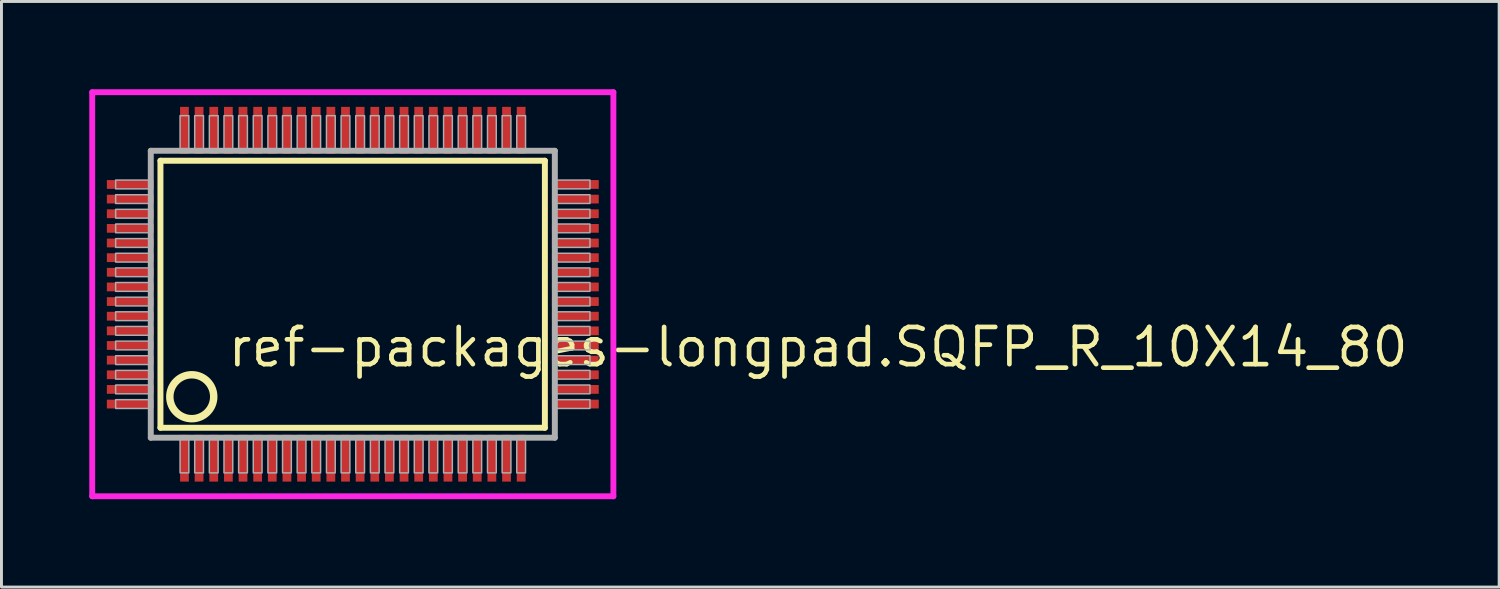
<source format=kicad_pcb>
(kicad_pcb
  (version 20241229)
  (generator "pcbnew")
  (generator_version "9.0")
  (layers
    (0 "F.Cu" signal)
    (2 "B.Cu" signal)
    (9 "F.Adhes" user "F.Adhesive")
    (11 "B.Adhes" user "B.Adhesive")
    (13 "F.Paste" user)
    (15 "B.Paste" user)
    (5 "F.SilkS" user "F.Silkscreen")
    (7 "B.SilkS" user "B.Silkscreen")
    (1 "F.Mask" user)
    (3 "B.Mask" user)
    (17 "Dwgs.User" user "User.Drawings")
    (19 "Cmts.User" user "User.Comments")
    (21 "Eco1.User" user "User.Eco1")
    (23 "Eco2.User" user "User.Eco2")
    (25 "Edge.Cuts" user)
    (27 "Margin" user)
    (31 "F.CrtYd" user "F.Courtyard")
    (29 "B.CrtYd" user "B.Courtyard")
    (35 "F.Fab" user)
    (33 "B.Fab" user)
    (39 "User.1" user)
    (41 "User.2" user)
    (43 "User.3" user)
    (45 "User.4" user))
  (footprint "ref-packages-longpad.SQFP_R_10X14_80"
    (layer "F.Cu")
    (at 9 7)
    (property "Reference" "ref-packages-longpad.SQFP_R_10X14_80" (at -4.35 2.55 0) (layer "F.SilkS") (effects (font (size 1.27 1.27) (thickness 0.16)) (justify left bottom)))
    (attr smd)
    (fp_line (start -6.57 -4.56) (end 6.56 -4.56) (stroke (width 0.203) (type default)) (layer "F.SilkS"))
    (fp_line (start -6.57 4.56) (end -6.57 -4.56) (stroke (width 0.203) (type default)) (layer "F.SilkS"))
    (fp_line (start 6.56 -4.56) (end 6.56 4.56) (stroke (width 0.203) (type default)) (layer "F.SilkS"))
    (fp_line (start 6.56 4.56) (end -6.57 4.56) (stroke (width 0.203) (type default)) (layer "F.SilkS"))
    (fp_circle (center -5.5 3.5) (end -4.75 3.5) (stroke (width 0.254) (type default)) (fill no) (layer "F.SilkS"))
    (fp_line (start -8.9 -6.9) (end 8.9 -6.9) (stroke (width 0.2) (type default)) (layer "F.CrtYd"))
    (fp_line (start -8.9 6.9) (end -8.9 -6.9) (stroke (width 0.2) (type default)) (layer "F.CrtYd"))
    (fp_line (start 8.9 -6.9) (end 8.9 6.9) (stroke (width 0.2) (type default)) (layer "F.CrtYd"))
    (fp_line (start 8.9 6.9) (end -8.9 6.9) (stroke (width 0.2) (type default)) (layer "F.CrtYd"))
    (fp_line (start -6.9 -4.9) (end -6.9 4.9) (stroke (width 0.203) (type default)) (layer "F.Fab"))
    (fp_line (start -6.9 4.9) (end 6.9 4.9) (stroke (width 0.203) (type default)) (layer "F.Fab"))
    (fp_line (start 6.9 -4.9) (end -6.9 -4.9) (stroke (width 0.203) (type default)) (layer "F.Fab"))
    (fp_line (start 6.9 4.9) (end 6.9 -4.9) (stroke (width 0.203) (type default)) (layer "F.Fab"))
    (fp_rect (start -8.1 -3.6) (end -6.95 -3.9) (stroke (width 0.05) (type default)) (fill no) (layer "F.Fab"))
    (fp_rect (start -8.1 -3.1) (end -6.95 -3.4) (stroke (width 0.05) (type default)) (fill no) (layer "F.Fab"))
    (fp_rect (start -8.1 -2.6) (end -6.95 -2.9) (stroke (width 0.05) (type default)) (fill no) (layer "F.Fab"))
    (fp_rect (start -8.1 -2.1) (end -6.95 -2.4) (stroke (width 0.05) (type default)) (fill no) (layer "F.Fab"))
    (fp_rect (start -8.1 -1.6) (end -6.95 -1.9) (stroke (width 0.05) (type default)) (fill no) (layer "F.Fab"))
    (fp_rect (start -8.1 -1.1) (end -6.95 -1.4) (stroke (width 0.05) (type default)) (fill no) (layer "F.Fab"))
    (fp_rect (start -8.1 -0.6) (end -6.95 -0.9) (stroke (width 0.05) (type default)) (fill no) (layer "F.Fab"))
    (fp_rect (start -8.1 -0.1) (end -6.95 -0.4) (stroke (width 0.05) (type default)) (fill no) (layer "F.Fab"))
    (fp_rect (start -8.1 0.4) (end -6.95 0.1) (stroke (width 0.05) (type default)) (fill no) (layer "F.Fab"))
    (fp_rect (start -8.1 0.9) (end -6.95 0.6) (stroke (width 0.05) (type default)) (fill no) (layer "F.Fab"))
    (fp_rect (start -8.1 1.4) (end -6.95 1.1) (stroke (width 0.05) (type default)) (fill no) (layer "F.Fab"))
    (fp_rect (start -8.1 1.9) (end -6.95 1.6) (stroke (width 0.05) (type default)) (fill no) (layer "F.Fab"))
    (fp_rect (start -8.1 2.4) (end -6.95 2.1) (stroke (width 0.05) (type default)) (fill no) (layer "F.Fab"))
    (fp_rect (start -8.1 2.9) (end -6.95 2.6) (stroke (width 0.05) (type default)) (fill no) (layer "F.Fab"))
    (fp_rect (start -8.1 3.4) (end -6.95 3.1) (stroke (width 0.05) (type default)) (fill no) (layer "F.Fab"))
    (fp_rect (start -8.1 3.9) (end -6.95 3.6) (stroke (width 0.05) (type default)) (fill no) (layer "F.Fab"))
    (fp_rect (start -5.9 -4.95) (end -5.6 -6.1) (stroke (width 0.05) (type default)) (fill no) (layer "F.Fab"))
    (fp_rect (start -5.9 6.1) (end -5.6 4.95) (stroke (width 0.05) (type default)) (fill no) (layer "F.Fab"))
    (fp_rect (start -5.4 -4.95) (end -5.1 -6.1) (stroke (width 0.05) (type default)) (fill no) (layer "F.Fab"))
    (fp_rect (start -5.4 6.1) (end -5.1 4.95) (stroke (width 0.05) (type default)) (fill no) (layer "F.Fab"))
    (fp_rect (start -4.9 -4.95) (end -4.6 -6.1) (stroke (width 0.05) (type default)) (fill no) (layer "F.Fab"))
    (fp_rect (start -4.9 6.1) (end -4.6 4.95) (stroke (width 0.05) (type default)) (fill no) (layer "F.Fab"))
    (fp_rect (start -4.4 -4.95) (end -4.1 -6.1) (stroke (width 0.05) (type default)) (fill no) (layer "F.Fab"))
    (fp_rect (start -4.4 6.1) (end -4.1 4.95) (stroke (width 0.05) (type default)) (fill no) (layer "F.Fab"))
    (fp_rect (start -3.9 -4.95) (end -3.6 -6.1) (stroke (width 0.05) (type default)) (fill no) (layer "F.Fab"))
    (fp_rect (start -3.9 6.1) (end -3.6 4.95) (stroke (width 0.05) (type default)) (fill no) (layer "F.Fab"))
    (fp_rect (start -3.4 -4.95) (end -3.1 -6.1) (stroke (width 0.05) (type default)) (fill no) (layer "F.Fab"))
    (fp_rect (start -3.4 6.1) (end -3.1 4.95) (stroke (width 0.05) (type default)) (fill no) (layer "F.Fab"))
    (fp_rect (start -2.9 -4.95) (end -2.6 -6.1) (stroke (width 0.05) (type default)) (fill no) (layer "F.Fab"))
    (fp_rect (start -2.9 6.1) (end -2.6 4.95) (stroke (width 0.05) (type default)) (fill no) (layer "F.Fab"))
    (fp_rect (start -2.4 -4.95) (end -2.1 -6.1) (stroke (width 0.05) (type default)) (fill no) (layer "F.Fab"))
    (fp_rect (start -2.4 6.1) (end -2.1 4.95) (stroke (width 0.05) (type default)) (fill no) (layer "F.Fab"))
    (fp_rect (start -1.9 -4.95) (end -1.6 -6.1) (stroke (width 0.05) (type default)) (fill no) (layer "F.Fab"))
    (fp_rect (start -1.9 6.1) (end -1.6 4.95) (stroke (width 0.05) (type default)) (fill no) (layer "F.Fab"))
    (fp_rect (start -1.4 -4.95) (end -1.1 -6.1) (stroke (width 0.05) (type default)) (fill no) (layer "F.Fab"))
    (fp_rect (start -1.4 6.1) (end -1.1 4.95) (stroke (width 0.05) (type default)) (fill no) (layer "F.Fab"))
    (fp_rect (start -0.9 -4.95) (end -0.6 -6.1) (stroke (width 0.05) (type default)) (fill no) (layer "F.Fab"))
    (fp_rect (start -0.9 6.1) (end -0.6 4.95) (stroke (width 0.05) (type default)) (fill no) (layer "F.Fab"))
    (fp_rect (start -0.4 -4.95) (end -0.1 -6.1) (stroke (width 0.05) (type default)) (fill no) (layer "F.Fab"))
    (fp_rect (start -0.4 6.1) (end -0.1 4.95) (stroke (width 0.05) (type default)) (fill no) (layer "F.Fab"))
    (fp_rect (start 0.1 -4.95) (end 0.4 -6.1) (stroke (width 0.05) (type default)) (fill no) (layer "F.Fab"))
    (fp_rect (start 0.1 6.1) (end 0.4 4.95) (stroke (width 0.05) (type default)) (fill no) (layer "F.Fab"))
    (fp_rect (start 0.6 -4.95) (end 0.9 -6.1) (stroke (width 0.05) (type default)) (fill no) (layer "F.Fab"))
    (fp_rect (start 0.6 6.1) (end 0.9 4.95) (stroke (width 0.05) (type default)) (fill no) (layer "F.Fab"))
    (fp_rect (start 1.1 -4.95) (end 1.4 -6.1) (stroke (width 0.05) (type default)) (fill no) (layer "F.Fab"))
    (fp_rect (start 1.1 6.1) (end 1.4 4.95) (stroke (width 0.05) (type default)) (fill no) (layer "F.Fab"))
    (fp_rect (start 1.6 -4.95) (end 1.9 -6.1) (stroke (width 0.05) (type default)) (fill no) (layer "F.Fab"))
    (fp_rect (start 1.6 6.1) (end 1.9 4.95) (stroke (width 0.05) (type default)) (fill no) (layer "F.Fab"))
    (fp_rect (start 2.1 -4.95) (end 2.4 -6.1) (stroke (width 0.05) (type default)) (fill no) (layer "F.Fab"))
    (fp_rect (start 2.1 6.1) (end 2.4 4.95) (stroke (width 0.05) (type default)) (fill no) (layer "F.Fab"))
    (fp_rect (start 2.6 -4.95) (end 2.9 -6.1) (stroke (width 0.05) (type default)) (fill no) (layer "F.Fab"))
    (fp_rect (start 2.6 6.1) (end 2.9 4.95) (stroke (width 0.05) (type default)) (fill no) (layer "F.Fab"))
    (fp_rect (start 3.1 -4.95) (end 3.4 -6.1) (stroke (width 0.05) (type default)) (fill no) (layer "F.Fab"))
    (fp_rect (start 3.1 6.1) (end 3.4 4.95) (stroke (width 0.05) (type default)) (fill no) (layer "F.Fab"))
    (fp_rect (start 3.6 -4.95) (end 3.9 -6.1) (stroke (width 0.05) (type default)) (fill no) (layer "F.Fab"))
    (fp_rect (start 3.6 6.1) (end 3.9 4.95) (stroke (width 0.05) (type default)) (fill no) (layer "F.Fab"))
    (fp_rect (start 4.1 -4.95) (end 4.4 -6.1) (stroke (width 0.05) (type default)) (fill no) (layer "F.Fab"))
    (fp_rect (start 4.1 6.1) (end 4.4 4.95) (stroke (width 0.05) (type default)) (fill no) (layer "F.Fab"))
    (fp_rect (start 4.6 -4.95) (end 4.9 -6.1) (stroke (width 0.05) (type default)) (fill no) (layer "F.Fab"))
    (fp_rect (start 4.6 6.1) (end 4.9 4.95) (stroke (width 0.05) (type default)) (fill no) (layer "F.Fab"))
    (fp_rect (start 5.1 -4.95) (end 5.4 -6.1) (stroke (width 0.05) (type default)) (fill no) (layer "F.Fab"))
    (fp_rect (start 5.1 6.1) (end 5.4 4.95) (stroke (width 0.05) (type default)) (fill no) (layer "F.Fab"))
    (fp_rect (start 5.6 -4.95) (end 5.9 -6.1) (stroke (width 0.05) (type default)) (fill no) (layer "F.Fab"))
    (fp_rect (start 5.6 6.1) (end 5.9 4.95) (stroke (width 0.05) (type default)) (fill no) (layer "F.Fab"))
    (fp_rect (start 6.95 -3.6) (end 8.1 -3.9) (stroke (width 0.05) (type default)) (fill no) (layer "F.Fab"))
    (fp_rect (start 6.95 -3.1) (end 8.1 -3.4) (stroke (width 0.05) (type default)) (fill no) (layer "F.Fab"))
    (fp_rect (start 6.95 -2.6) (end 8.1 -2.9) (stroke (width 0.05) (type default)) (fill no) (layer "F.Fab"))
    (fp_rect (start 6.95 -2.1) (end 8.1 -2.4) (stroke (width 0.05) (type default)) (fill no) (layer "F.Fab"))
    (fp_rect (start 6.95 -1.6) (end 8.1 -1.9) (stroke (width 0.05) (type default)) (fill no) (layer "F.Fab"))
    (fp_rect (start 6.95 -1.1) (end 8.1 -1.4) (stroke (width 0.05) (type default)) (fill no) (layer "F.Fab"))
    (fp_rect (start 6.95 -0.6) (end 8.1 -0.9) (stroke (width 0.05) (type default)) (fill no) (layer "F.Fab"))
    (fp_rect (start 6.95 -0.1) (end 8.1 -0.4) (stroke (width 0.05) (type default)) (fill no) (layer "F.Fab"))
    (fp_rect (start 6.95 0.4) (end 8.1 0.1) (stroke (width 0.05) (type default)) (fill no) (layer "F.Fab"))
    (fp_rect (start 6.95 0.9) (end 8.1 0.6) (stroke (width 0.05) (type default)) (fill no) (layer "F.Fab"))
    (fp_rect (start 6.95 1.4) (end 8.1 1.1) (stroke (width 0.05) (type default)) (fill no) (layer "F.Fab"))
    (fp_rect (start 6.95 1.9) (end 8.1 1.6) (stroke (width 0.05) (type default)) (fill no) (layer "F.Fab"))
    (fp_rect (start 6.95 2.4) (end 8.1 2.1) (stroke (width 0.05) (type default)) (fill no) (layer "F.Fab"))
    (fp_rect (start 6.95 2.9) (end 8.1 2.6) (stroke (width 0.05) (type default)) (fill no) (layer "F.Fab"))
    (fp_rect (start 6.95 3.4) (end 8.1 3.1) (stroke (width 0.05) (type default)) (fill no) (layer "F.Fab"))
    (fp_rect (start 6.95 3.9) (end 8.1 3.6) (stroke (width 0.05) (type default)) (fill no) (layer "F.Fab"))
    (pad "1" smd roundrect (at -5.75 5.6) (size 0.3 1.6) (layers "F.Cu" "F.Mask" "F.Paste") (roundrect_rratio 0.01))
    (pad "2" smd roundrect (at -5.25 5.6) (size 0.3 1.6) (layers "F.Cu" "F.Mask" "F.Paste") (roundrect_rratio 0.01))
    (pad "3" smd roundrect (at -4.75 5.6) (size 0.3 1.6) (layers "F.Cu" "F.Mask" "F.Paste") (roundrect_rratio 0.01))
    (pad "4" smd roundrect (at -4.25 5.6) (size 0.3 1.6) (layers "F.Cu" "F.Mask" "F.Paste") (roundrect_rratio 0.01))
    (pad "5" smd roundrect (at -3.75 5.6) (size 0.3 1.6) (layers "F.Cu" "F.Mask" "F.Paste") (roundrect_rratio 0.01))
    (pad "6" smd roundrect (at -3.25 5.6) (size 0.3 1.6) (layers "F.Cu" "F.Mask" "F.Paste") (roundrect_rratio 0.01))
    (pad "7" smd roundrect (at -2.75 5.6) (size 0.3 1.6) (layers "F.Cu" "F.Mask" "F.Paste") (roundrect_rratio 0.01))
    (pad "8" smd roundrect (at -2.25 5.6) (size 0.3 1.6) (layers "F.Cu" "F.Mask" "F.Paste") (roundrect_rratio 0.01))
    (pad "9" smd roundrect (at -1.75 5.6) (size 0.3 1.6) (layers "F.Cu" "F.Mask" "F.Paste") (roundrect_rratio 0.01))
    (pad "10" smd roundrect (at -1.25 5.6) (size 0.3 1.6) (layers "F.Cu" "F.Mask" "F.Paste") (roundrect_rratio 0.01))
    (pad "11" smd roundrect (at -0.75 5.6) (size 0.3 1.6) (layers "F.Cu" "F.Mask" "F.Paste") (roundrect_rratio 0.01))
    (pad "12" smd roundrect (at -0.25 5.6) (size 0.3 1.6) (layers "F.Cu" "F.Mask" "F.Paste") (roundrect_rratio 0.01))
    (pad "13" smd roundrect (at 0.25 5.6) (size 0.3 1.6) (layers "F.Cu" "F.Mask" "F.Paste") (roundrect_rratio 0.01))
    (pad "14" smd roundrect (at 0.75 5.6) (size 0.3 1.6) (layers "F.Cu" "F.Mask" "F.Paste") (roundrect_rratio 0.01))
    (pad "15" smd roundrect (at 1.25 5.6) (size 0.3 1.6) (layers "F.Cu" "F.Mask" "F.Paste") (roundrect_rratio 0.01))
    (pad "16" smd roundrect (at 1.75 5.6) (size 0.3 1.6) (layers "F.Cu" "F.Mask" "F.Paste") (roundrect_rratio 0.01))
    (pad "17" smd roundrect (at 2.25 5.6) (size 0.3 1.6) (layers "F.Cu" "F.Mask" "F.Paste") (roundrect_rratio 0.01))
    (pad "18" smd roundrect (at 2.75 5.6) (size 0.3 1.6) (layers "F.Cu" "F.Mask" "F.Paste") (roundrect_rratio 0.01))
    (pad "19" smd roundrect (at 3.25 5.6) (size 0.3 1.6) (layers "F.Cu" "F.Mask" "F.Paste") (roundrect_rratio 0.01))
    (pad "20" smd roundrect (at 3.75 5.6) (size 0.3 1.6) (layers "F.Cu" "F.Mask" "F.Paste") (roundrect_rratio 0.01))
    (pad "21" smd roundrect (at 4.25 5.6) (size 0.3 1.6) (layers "F.Cu" "F.Mask" "F.Paste") (roundrect_rratio 0.01))
    (pad "22" smd roundrect (at 4.75 5.6) (size 0.3 1.6) (layers "F.Cu" "F.Mask" "F.Paste") (roundrect_rratio 0.01))
    (pad "23" smd roundrect (at 5.25 5.6) (size 0.3 1.6) (layers "F.Cu" "F.Mask" "F.Paste") (roundrect_rratio 0.01))
    (pad "24" smd roundrect (at 5.75 5.6) (size 0.3 1.6) (layers "F.Cu" "F.Mask" "F.Paste") (roundrect_rratio 0.01))
    (pad "25" smd roundrect (at 7.6 3.75) (size 1.6 0.3) (layers "F.Cu" "F.Mask" "F.Paste") (roundrect_rratio 0.01))
    (pad "26" smd roundrect (at 7.6 3.25) (size 1.6 0.3) (layers "F.Cu" "F.Mask" "F.Paste") (roundrect_rratio 0.01))
    (pad "27" smd roundrect (at 7.6 2.75) (size 1.6 0.3) (layers "F.Cu" "F.Mask" "F.Paste") (roundrect_rratio 0.01))
    (pad "28" smd roundrect (at 7.6 2.25) (size 1.6 0.3) (layers "F.Cu" "F.Mask" "F.Paste") (roundrect_rratio 0.01))
    (pad "29" smd roundrect (at 7.6 1.75) (size 1.6 0.3) (layers "F.Cu" "F.Mask" "F.Paste") (roundrect_rratio 0.01))
    (pad "30" smd roundrect (at 7.6 1.25) (size 1.6 0.3) (layers "F.Cu" "F.Mask" "F.Paste") (roundrect_rratio 0.01))
    (pad "31" smd roundrect (at 7.6 0.75) (size 1.6 0.3) (layers "F.Cu" "F.Mask" "F.Paste") (roundrect_rratio 0.01))
    (pad "32" smd roundrect (at 7.6 0.25) (size 1.6 0.3) (layers "F.Cu" "F.Mask" "F.Paste") (roundrect_rratio 0.01))
    (pad "33" smd roundrect (at 7.6 -0.25) (size 1.6 0.3) (layers "F.Cu" "F.Mask" "F.Paste") (roundrect_rratio 0.01))
    (pad "34" smd roundrect (at 7.6 -0.75) (size 1.6 0.3) (layers "F.Cu" "F.Mask" "F.Paste") (roundrect_rratio 0.01))
    (pad "35" smd roundrect (at 7.6 -1.25) (size 1.6 0.3) (layers "F.Cu" "F.Mask" "F.Paste") (roundrect_rratio 0.01))
    (pad "36" smd roundrect (at 7.6 -1.75) (size 1.6 0.3) (layers "F.Cu" "F.Mask" "F.Paste") (roundrect_rratio 0.01))
    (pad "37" smd roundrect (at 7.6 -2.25) (size 1.6 0.3) (layers "F.Cu" "F.Mask" "F.Paste") (roundrect_rratio 0.01))
    (pad "38" smd roundrect (at 7.6 -2.75) (size 1.6 0.3) (layers "F.Cu" "F.Mask" "F.Paste") (roundrect_rratio 0.01))
    (pad "39" smd roundrect (at 7.6 -3.25) (size 1.6 0.3) (layers "F.Cu" "F.Mask" "F.Paste") (roundrect_rratio 0.01))
    (pad "40" smd roundrect (at 7.6 -3.75) (size 1.6 0.3) (layers "F.Cu" "F.Mask" "F.Paste") (roundrect_rratio 0.01))
    (pad "41" smd roundrect (at 5.75 -5.6) (size 0.3 1.6) (layers "F.Cu" "F.Mask" "F.Paste") (roundrect_rratio 0.01))
    (pad "42" smd roundrect (at 5.25 -5.6) (size 0.3 1.6) (layers "F.Cu" "F.Mask" "F.Paste") (roundrect_rratio 0.01))
    (pad "43" smd roundrect (at 4.75 -5.6) (size 0.3 1.6) (layers "F.Cu" "F.Mask" "F.Paste") (roundrect_rratio 0.01))
    (pad "44" smd roundrect (at 4.25 -5.6) (size 0.3 1.6) (layers "F.Cu" "F.Mask" "F.Paste") (roundrect_rratio 0.01))
    (pad "45" smd roundrect (at 3.75 -5.6) (size 0.3 1.6) (layers "F.Cu" "F.Mask" "F.Paste") (roundrect_rratio 0.01))
    (pad "46" smd roundrect (at 3.25 -5.6) (size 0.3 1.6) (layers "F.Cu" "F.Mask" "F.Paste") (roundrect_rratio 0.01))
    (pad "47" smd roundrect (at 2.75 -5.6) (size 0.3 1.6) (layers "F.Cu" "F.Mask" "F.Paste") (roundrect_rratio 0.01))
    (pad "48" smd roundrect (at 2.25 -5.6) (size 0.3 1.6) (layers "F.Cu" "F.Mask" "F.Paste") (roundrect_rratio 0.01))
    (pad "49" smd roundrect (at 1.75 -5.6) (size 0.3 1.6) (layers "F.Cu" "F.Mask" "F.Paste") (roundrect_rratio 0.01))
    (pad "50" smd roundrect (at 1.25 -5.6) (size 0.3 1.6) (layers "F.Cu" "F.Mask" "F.Paste") (roundrect_rratio 0.01))
    (pad "51" smd roundrect (at 0.75 -5.6) (size 0.3 1.6) (layers "F.Cu" "F.Mask" "F.Paste") (roundrect_rratio 0.01))
    (pad "52" smd roundrect (at 0.25 -5.6) (size 0.3 1.6) (layers "F.Cu" "F.Mask" "F.Paste") (roundrect_rratio 0.01))
    (pad "53" smd roundrect (at -0.25 -5.6) (size 0.3 1.6) (layers "F.Cu" "F.Mask" "F.Paste") (roundrect_rratio 0.01))
    (pad "54" smd roundrect (at -0.75 -5.6) (size 0.3 1.6) (layers "F.Cu" "F.Mask" "F.Paste") (roundrect_rratio 0.01))
    (pad "55" smd roundrect (at -1.25 -5.6) (size 0.3 1.6) (layers "F.Cu" "F.Mask" "F.Paste") (roundrect_rratio 0.01))
    (pad "56" smd roundrect (at -1.75 -5.6) (size 0.3 1.6) (layers "F.Cu" "F.Mask" "F.Paste") (roundrect_rratio 0.01))
    (pad "57" smd roundrect (at -2.25 -5.6) (size 0.3 1.6) (layers "F.Cu" "F.Mask" "F.Paste") (roundrect_rratio 0.01))
    (pad "58" smd roundrect (at -2.75 -5.6) (size 0.3 1.6) (layers "F.Cu" "F.Mask" "F.Paste") (roundrect_rratio 0.01))
    (pad "59" smd roundrect (at -3.25 -5.6) (size 0.3 1.6) (layers "F.Cu" "F.Mask" "F.Paste") (roundrect_rratio 0.01))
    (pad "60" smd roundrect (at -3.75 -5.6) (size 0.3 1.6) (layers "F.Cu" "F.Mask" "F.Paste") (roundrect_rratio 0.01))
    (pad "61" smd roundrect (at -4.25 -5.6) (size 0.3 1.6) (layers "F.Cu" "F.Mask" "F.Paste") (roundrect_rratio 0.01))
    (pad "62" smd roundrect (at -4.75 -5.6) (size 0.3 1.6) (layers "F.Cu" "F.Mask" "F.Paste") (roundrect_rratio 0.01))
    (pad "63" smd roundrect (at -5.25 -5.6) (size 0.3 1.6) (layers "F.Cu" "F.Mask" "F.Paste") (roundrect_rratio 0.01))
    (pad "64" smd roundrect (at -5.75 -5.6) (size 0.3 1.6) (layers "F.Cu" "F.Mask" "F.Paste") (roundrect_rratio 0.01))
    (pad "65" smd roundrect (at -7.6 -3.75) (size 1.6 0.3) (layers "F.Cu" "F.Mask" "F.Paste") (roundrect_rratio 0.01))
    (pad "66" smd roundrect (at -7.6 -3.25) (size 1.6 0.3) (layers "F.Cu" "F.Mask" "F.Paste") (roundrect_rratio 0.01))
    (pad "67" smd roundrect (at -7.6 -2.75) (size 1.6 0.3) (layers "F.Cu" "F.Mask" "F.Paste") (roundrect_rratio 0.01))
    (pad "68" smd roundrect (at -7.6 -2.25) (size 1.6 0.3) (layers "F.Cu" "F.Mask" "F.Paste") (roundrect_rratio 0.01))
    (pad "69" smd roundrect (at -7.6 -1.75) (size 1.6 0.3) (layers "F.Cu" "F.Mask" "F.Paste") (roundrect_rratio 0.01))
    (pad "70" smd roundrect (at -7.6 -1.25) (size 1.6 0.3) (layers "F.Cu" "F.Mask" "F.Paste") (roundrect_rratio 0.01))
    (pad "71" smd roundrect (at -7.6 -0.75) (size 1.6 0.3) (layers "F.Cu" "F.Mask" "F.Paste") (roundrect_rratio 0.01))
    (pad "72" smd roundrect (at -7.6 -0.25) (size 1.6 0.3) (layers "F.Cu" "F.Mask" "F.Paste") (roundrect_rratio 0.01))
    (pad "73" smd roundrect (at -7.6 0.25) (size 1.6 0.3) (layers "F.Cu" "F.Mask" "F.Paste") (roundrect_rratio 0.01))
    (pad "74" smd roundrect (at -7.6 0.75) (size 1.6 0.3) (layers "F.Cu" "F.Mask" "F.Paste") (roundrect_rratio 0.01))
    (pad "75" smd roundrect (at -7.6 1.25) (size 1.6 0.3) (layers "F.Cu" "F.Mask" "F.Paste") (roundrect_rratio 0.01))
    (pad "76" smd roundrect (at -7.6 1.75) (size 1.6 0.3) (layers "F.Cu" "F.Mask" "F.Paste") (roundrect_rratio 0.01))
    (pad "77" smd roundrect (at -7.6 2.25) (size 1.6 0.3) (layers "F.Cu" "F.Mask" "F.Paste") (roundrect_rratio 0.01))
    (pad "78" smd roundrect (at -7.6 2.75) (size 1.6 0.3) (layers "F.Cu" "F.Mask" "F.Paste") (roundrect_rratio 0.01))
    (pad "79" smd roundrect (at -7.6 3.25) (size 1.6 0.3) (layers "F.Cu" "F.Mask" "F.Paste") (roundrect_rratio 0.01))
    (pad "80" smd roundrect (at -7.6 3.75) (size 1.6 0.3) (layers "F.Cu" "F.Mask" "F.Paste") (roundrect_rratio 0.01)))
  (gr_rect
    (start -3 -3)
    (end 48.153 17)
    (stroke (width 0.1) (type default))
    (fill no)
    (layer "Edge.Cuts")))
</source>
